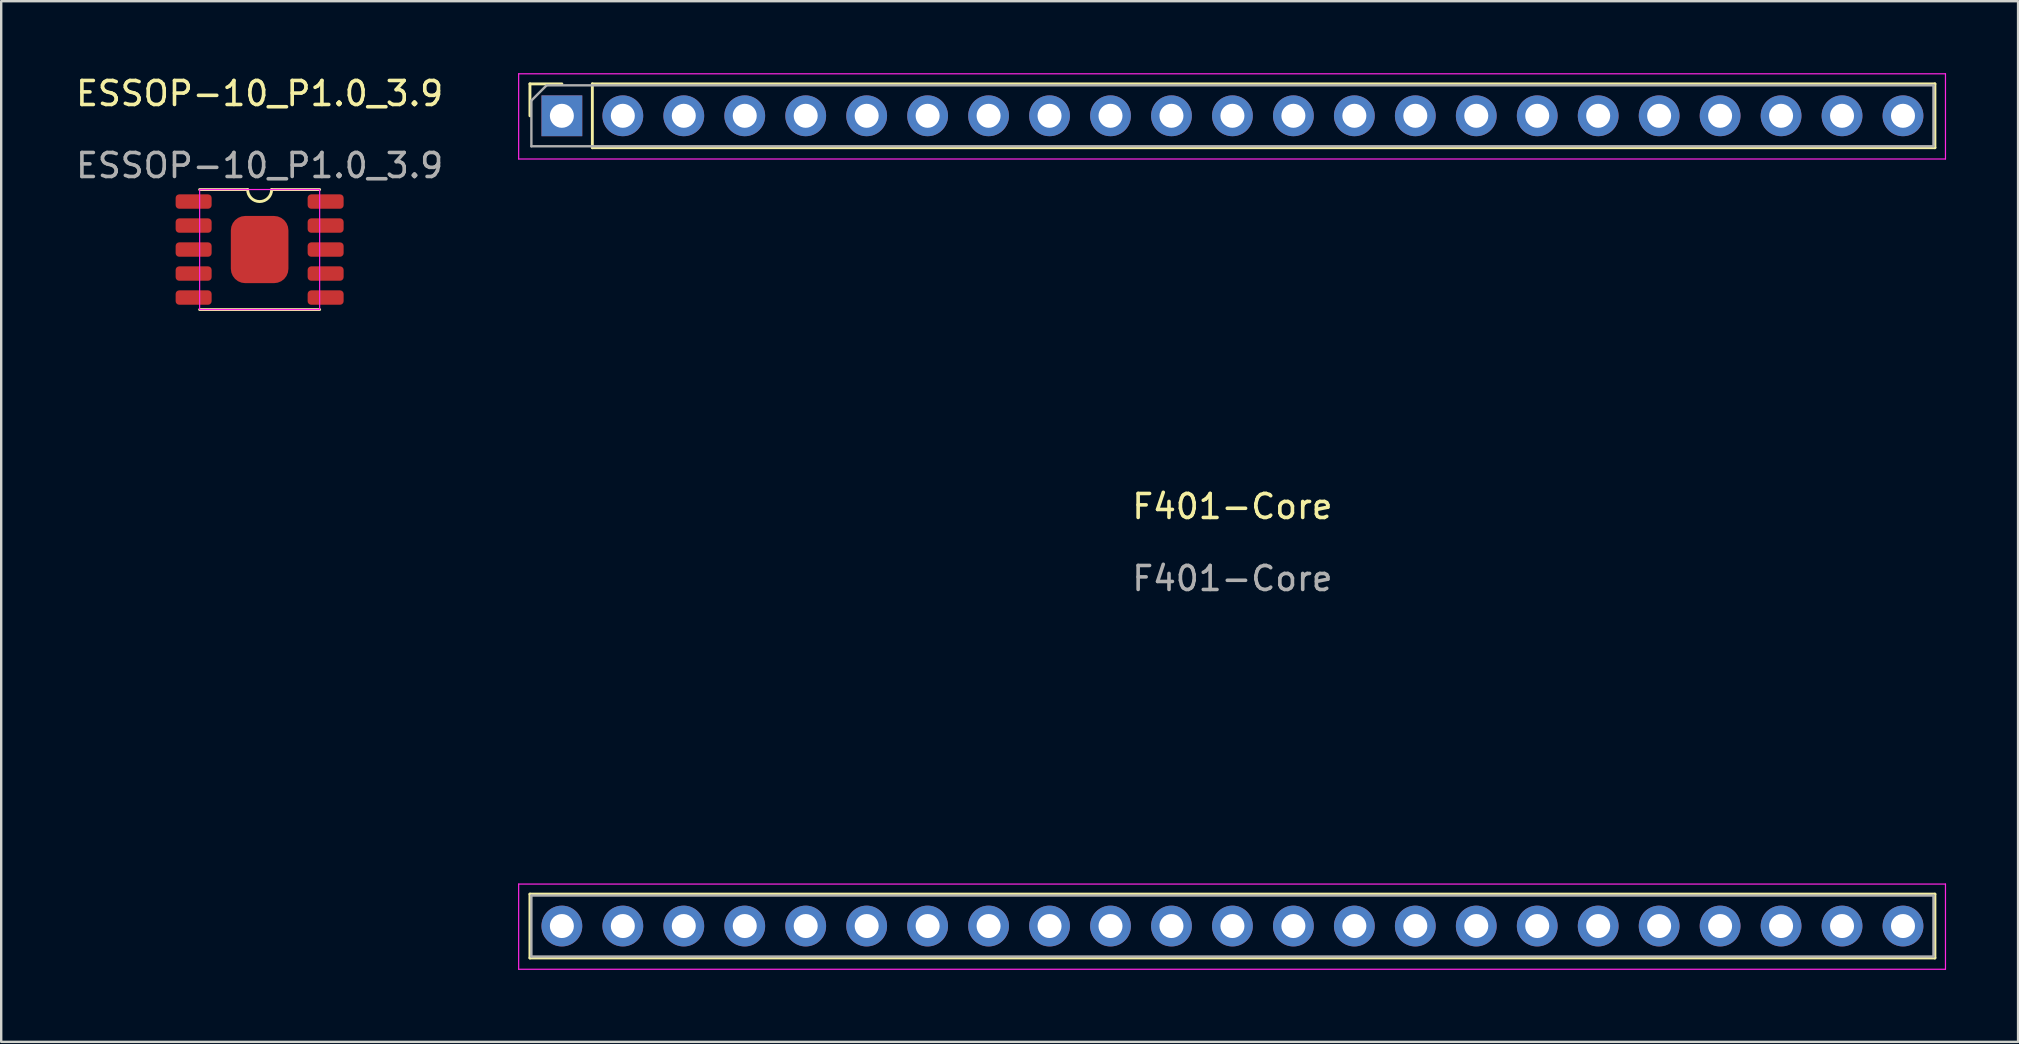
<source format=kicad_pcb>
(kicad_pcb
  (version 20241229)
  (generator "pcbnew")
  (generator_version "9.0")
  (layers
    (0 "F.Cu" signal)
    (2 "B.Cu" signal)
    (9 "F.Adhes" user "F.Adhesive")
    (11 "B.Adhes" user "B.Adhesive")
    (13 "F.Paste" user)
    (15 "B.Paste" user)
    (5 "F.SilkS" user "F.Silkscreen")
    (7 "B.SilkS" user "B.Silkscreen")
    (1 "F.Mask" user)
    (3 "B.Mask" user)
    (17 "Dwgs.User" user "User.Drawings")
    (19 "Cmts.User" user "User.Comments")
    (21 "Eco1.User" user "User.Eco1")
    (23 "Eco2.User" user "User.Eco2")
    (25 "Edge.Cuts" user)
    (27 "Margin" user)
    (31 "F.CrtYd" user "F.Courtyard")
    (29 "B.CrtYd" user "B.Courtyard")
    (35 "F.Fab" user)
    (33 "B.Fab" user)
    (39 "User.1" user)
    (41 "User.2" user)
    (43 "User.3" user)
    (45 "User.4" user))
  (footprint "F401-Core"
    (layer "F.Cu")
    (at 48.301 19.555)
    (property "Reference" "F401-Core" (at 0 -1.5 0) (unlocked yes) (layer "F.SilkS") (effects (font (size 1 1) (thickness 0.15))))
    (attr smd)
    (fp_line (start -29.27 -19.11) (end -27.94 -19.11) (stroke (width 0.12) (type solid)) (layer "F.SilkS"))
    (fp_line (start -29.27 -17.78) (end -29.27 -19.11) (stroke (width 0.12) (type solid)) (layer "F.SilkS"))
    (fp_line (start -29.27 14.65) (end 29.27 14.65) (stroke (width 0.12) (type solid)) (layer "F.SilkS"))
    (fp_line (start -29.27 17.31) (end -29.27 14.65) (stroke (width 0.12) (type solid)) (layer "F.SilkS"))
    (fp_line (start -29.27 17.31) (end 29.27 17.31) (stroke (width 0.12) (type solid)) (layer "F.SilkS"))
    (fp_line (start -26.67 -19.11) (end 29.27 -19.11) (stroke (width 0.12) (type solid)) (layer "F.SilkS"))
    (fp_line (start -26.67 -16.45) (end -26.67 -19.11) (stroke (width 0.12) (type solid)) (layer "F.SilkS"))
    (fp_line (start -26.67 -16.45) (end 29.27 -16.45) (stroke (width 0.12) (type solid)) (layer "F.SilkS"))
    (fp_line (start 29.27 -16.45) (end 29.27 -19.11) (stroke (width 0.12) (type solid)) (layer "F.SilkS"))
    (fp_line (start 29.27 17.31) (end 29.27 14.65) (stroke (width 0.12) (type solid)) (layer "F.SilkS"))
    (fp_line (start -29.74 -19.53) (end 29.71 -19.53) (stroke (width 0.05) (type solid)) (layer "F.CrtYd"))
    (fp_line (start -29.74 -15.98) (end -29.74 -19.53) (stroke (width 0.05) (type solid)) (layer "F.CrtYd"))
    (fp_line (start -29.74 14.23) (end 29.71 14.23) (stroke (width 0.05) (type solid)) (layer "F.CrtYd"))
    (fp_line (start -29.74 17.78) (end -29.74 14.23) (stroke (width 0.05) (type solid)) (layer "F.CrtYd"))
    (fp_line (start 29.71 -19.53) (end 29.71 -15.98) (stroke (width 0.05) (type solid)) (layer "F.CrtYd"))
    (fp_line (start 29.71 -15.98) (end -29.74 -15.98) (stroke (width 0.05) (type solid)) (layer "F.CrtYd"))
    (fp_line (start 29.71 14.23) (end 29.71 17.78) (stroke (width 0.05) (type solid)) (layer "F.CrtYd"))
    (fp_line (start 29.71 17.78) (end -29.74 17.78) (stroke (width 0.05) (type solid)) (layer "F.CrtYd"))
    (fp_line (start -29.21 -18.415) (end -28.575 -19.05) (stroke (width 0.1) (type solid)) (layer "F.Fab"))
    (fp_line (start -29.21 -16.51) (end -29.21 -18.415) (stroke (width 0.1) (type solid)) (layer "F.Fab"))
    (fp_line (start -29.21 14.71) (end 29.21 14.71) (stroke (width 0.1) (type solid)) (layer "F.Fab"))
    (fp_line (start -29.21 17.25) (end -29.21 14.71) (stroke (width 0.1) (type solid)) (layer "F.Fab"))
    (fp_line (start -28.575 -19.05) (end 29.21 -19.05) (stroke (width 0.1) (type solid)) (layer "F.Fab"))
    (fp_line (start 29.21 -19.05) (end 29.21 -16.51) (stroke (width 0.1) (type solid)) (layer "F.Fab"))
    (fp_line (start 29.21 -16.51) (end -29.21 -16.51) (stroke (width 0.1) (type solid)) (layer "F.Fab"))
    (fp_line (start 29.21 14.71) (end 29.21 17.25) (stroke (width 0.1) (type solid)) (layer "F.Fab"))
    (fp_line (start 29.21 17.25) (end -29.21 17.25) (stroke (width 0.1) (type solid)) (layer "F.Fab"))
    (fp_text user "${REFERENCE}" (at 0 1.5 0) (unlocked yes) (layer "F.Fab") (effects (font (size 1 1) (thickness 0.15))))
    (pad "1" thru_hole rect (at -27.94 -17.78 90) (size 1.7 1.7) (drill 1) (layers "*.Cu" "*.Mask"))
    (pad "2" thru_hole oval (at -25.4 -17.78 90) (size 1.7 1.7) (drill 1) (layers "*.Cu" "*.Mask"))
    (pad "3" thru_hole oval (at -22.86 -17.78 90) (size 1.7 1.7) (drill 1) (layers "*.Cu" "*.Mask"))
    (pad "4" thru_hole oval (at -20.32 -17.78 90) (size 1.7 1.7) (drill 1) (layers "*.Cu" "*.Mask"))
    (pad "5" thru_hole oval (at -17.78 -17.78 90) (size 1.7 1.7) (drill 1) (layers "*.Cu" "*.Mask"))
    (pad "6" thru_hole oval (at -15.24 -17.78 90) (size 1.7 1.7) (drill 1) (layers "*.Cu" "*.Mask"))
    (pad "7" thru_hole oval (at -12.7 -17.78 90) (size 1.7 1.7) (drill 1) (layers "*.Cu" "*.Mask"))
    (pad "8" thru_hole oval (at -10.16 -17.78 90) (size 1.7 1.7) (drill 1) (layers "*.Cu" "*.Mask"))
    (pad "9" thru_hole oval (at -7.62 -17.78 90) (size 1.7 1.7) (drill 1) (layers "*.Cu" "*.Mask"))
    (pad "10" thru_hole oval (at -5.08 -17.78 90) (size 1.7 1.7) (drill 1) (layers "*.Cu" "*.Mask"))
    (pad "11" thru_hole oval (at -2.54 -17.78 90) (size 1.7 1.7) (drill 1) (layers "*.Cu" "*.Mask"))
    (pad "12" thru_hole oval (at 0 -17.78 90) (size 1.7 1.7) (drill 1) (layers "*.Cu" "*.Mask"))
    (pad "13" thru_hole oval (at 2.54 -17.78 90) (size 1.7 1.7) (drill 1) (layers "*.Cu" "*.Mask"))
    (pad "14" thru_hole oval (at 5.08 -17.78 90) (size 1.7 1.7) (drill 1) (layers "*.Cu" "*.Mask"))
    (pad "15" thru_hole oval (at 7.62 -17.78 90) (size 1.7 1.7) (drill 1) (layers "*.Cu" "*.Mask"))
    (pad "16" thru_hole oval (at 10.16 -17.78 90) (size 1.7 1.7) (drill 1) (layers "*.Cu" "*.Mask"))
    (pad "17" thru_hole oval (at 12.7 -17.78 90) (size 1.7 1.7) (drill 1) (layers "*.Cu" "*.Mask"))
    (pad "18" thru_hole oval (at 15.24 -17.78 90) (size 1.7 1.7) (drill 1) (layers "*.Cu" "*.Mask"))
    (pad "19" thru_hole oval (at 17.78 -17.78 90) (size 1.7 1.7) (drill 1) (layers "*.Cu" "*.Mask"))
    (pad "20" thru_hole oval (at 20.32 -17.78 90) (size 1.7 1.7) (drill 1) (layers "*.Cu" "*.Mask"))
    (pad "21" thru_hole oval (at 22.86 -17.78 90) (size 1.7 1.7) (drill 1) (layers "*.Cu" "*.Mask"))
    (pad "22" thru_hole oval (at 25.4 -17.78 90) (size 1.7 1.7) (drill 1) (layers "*.Cu" "*.Mask"))
    (pad "23" thru_hole oval (at 27.94 -17.78 90) (size 1.7 1.7) (drill 1) (layers "*.Cu" "*.Mask"))
    (pad "24" thru_hole oval (at 27.94 15.98 90) (size 1.7 1.7) (drill 1) (layers "*.Cu" "*.Mask"))
    (pad "25" thru_hole oval (at 25.4 15.98 90) (size 1.7 1.7) (drill 1) (layers "*.Cu" "*.Mask"))
    (pad "26" thru_hole oval (at 22.86 15.98 90) (size 1.7 1.7) (drill 1) (layers "*.Cu" "*.Mask"))
    (pad "27" thru_hole oval (at 20.32 15.98 90) (size 1.7 1.7) (drill 1) (layers "*.Cu" "*.Mask"))
    (pad "28" thru_hole oval (at 17.78 15.98 90) (size 1.7 1.7) (drill 1) (layers "*.Cu" "*.Mask"))
    (pad "29" thru_hole oval (at 15.24 15.98 90) (size 1.7 1.7) (drill 1) (layers "*.Cu" "*.Mask"))
    (pad "30" thru_hole oval (at 12.7 15.98 90) (size 1.7 1.7) (drill 1) (layers "*.Cu" "*.Mask"))
    (pad "31" thru_hole oval (at 10.16 15.98 90) (size 1.7 1.7) (drill 1) (layers "*.Cu" "*.Mask"))
    (pad "32" thru_hole oval (at 7.62 15.98 90) (size 1.7 1.7) (drill 1) (layers "*.Cu" "*.Mask"))
    (pad "33" thru_hole oval (at 5.08 15.98 90) (size 1.7 1.7) (drill 1) (layers "*.Cu" "*.Mask"))
    (pad "34" thru_hole oval (at 2.54 15.98 90) (size 1.7 1.7) (drill 1) (layers "*.Cu" "*.Mask"))
    (pad "35" thru_hole oval (at 0 15.98 90) (size 1.7 1.7) (drill 1) (layers "*.Cu" "*.Mask"))
    (pad "36" thru_hole oval (at -2.54 15.98 90) (size 1.7 1.7) (drill 1) (layers "*.Cu" "*.Mask"))
    (pad "37" thru_hole oval (at -5.08 15.98 90) (size 1.7 1.7) (drill 1) (layers "*.Cu" "*.Mask"))
    (pad "38" thru_hole oval (at -7.62 15.98 90) (size 1.7 1.7) (drill 1) (layers "*.Cu" "*.Mask"))
    (pad "39" thru_hole oval (at -10.16 15.98 90) (size 1.7 1.7) (drill 1) (layers "*.Cu" "*.Mask"))
    (pad "40" thru_hole oval (at -12.7 15.98 90) (size 1.7 1.7) (drill 1) (layers "*.Cu" "*.Mask"))
    (pad "41" thru_hole oval (at -15.24 15.98 90) (size 1.7 1.7) (drill 1) (layers "*.Cu" "*.Mask"))
    (pad "42" thru_hole oval (at -17.78 15.98 90) (size 1.7 1.7) (drill 1) (layers "*.Cu" "*.Mask"))
    (pad "43" thru_hole oval (at -20.32 15.98 90) (size 1.7 1.7) (drill 1) (layers "*.Cu" "*.Mask"))
    (pad "44" thru_hole oval (at -22.86 15.98 90) (size 1.7 1.7) (drill 1) (layers "*.Cu" "*.Mask"))
    (pad "45" thru_hole oval (at -25.4 15.98 90) (size 1.7 1.7) (drill 1) (layers "*.Cu" "*.Mask"))
    (pad "46" thru_hole oval (at -27.94 15.98 90) (size 1.7 1.7) (drill 1) (layers "*.Cu" "*.Mask")))
  (footprint "ESSOP-10_P1.0_3.9"
    (layer "F.Cu")
    (at 7.768 7.348)
    (property "Reference" "ESSOP-10_P1.0_3.9" (at 0 -6.5 0) (unlocked yes) (layer "F.SilkS") (effects (font (size 1 1) (thickness 0.15))))
    (attr smd)
    (fp_line (start -2.5 -2.5) (end -0.5 -2.5) (stroke (width 0.12) (type solid)) (layer "F.SilkS"))
    (fp_line (start -2.5 2.5) (end 2.5 2.5) (stroke (width 0.12) (type solid)) (layer "F.SilkS"))
    (fp_line (start 0.5 -2.5) (end 2.5 -2.5) (stroke (width 0.12) (type solid)) (layer "F.SilkS"))
    (fp_arc (start 0.5 -2.5) (mid 0 -2) (end -0.5 -2.5) (stroke (width 0.12) (type solid)) (layer "F.SilkS"))
    (fp_rect (start -2.5 -2.5) (end 2.5 2.5) (stroke (width 0.05) (type solid)) (fill no) (layer "F.CrtYd"))
    (fp_text user "${REFERENCE}" (at 0 -3.5 0) (unlocked yes) (layer "F.Fab") (effects (font (size 1 1) (thickness 0.15))))
    (pad "1" smd roundrect (at -2.75 -2) (size 1.5 0.6) (layers "F.Cu" "F.Mask" "F.Paste") (roundrect_rratio 0.25))
    (pad "2" smd roundrect (at -2.75 -1) (size 1.5 0.6) (layers "F.Cu" "F.Mask" "F.Paste") (roundrect_rratio 0.25))
    (pad "3" smd roundrect (at -2.75 0) (size 1.5 0.6) (layers "F.Cu" "F.Mask" "F.Paste") (roundrect_rratio 0.25))
    (pad "4" smd roundrect (at -2.75 1) (size 1.5 0.6) (layers "F.Cu" "F.Mask" "F.Paste") (roundrect_rratio 0.25))
    (pad "5" smd roundrect (at -2.75 2) (size 1.5 0.6) (layers "F.Cu" "F.Mask" "F.Paste") (roundrect_rratio 0.25))
    (pad "6" smd roundrect (at 2.75 2) (size 1.5 0.6) (layers "F.Cu" "F.Mask" "F.Paste") (roundrect_rratio 0.25))
    (pad "7" smd roundrect (at 2.75 1) (size 1.5 0.6) (layers "F.Cu" "F.Mask" "F.Paste") (roundrect_rratio 0.25))
    (pad "8" smd roundrect (at 2.75 0) (size 1.5 0.6) (layers "F.Cu" "F.Mask" "F.Paste") (roundrect_rratio 0.25))
    (pad "9" smd roundrect (at 2.75 -1) (size 1.5 0.6) (layers "F.Cu" "F.Mask" "F.Paste") (roundrect_rratio 0.25))
    (pad "10" smd roundrect (at 2.75 -2) (size 1.5 0.6) (layers "F.Cu" "F.Mask" "F.Paste") (roundrect_rratio 0.25))
    (pad "11" smd roundrect (at 0 0) (size 2.4 2.8) (layers "F.Cu" "F.Mask" "F.Paste") (roundrect_rratio 0.25)))
  (gr_rect
    (start -3 -3)
    (end 81.036 40.36)
    (stroke (width 0.1) (type default))
    (fill no)
    (layer "Edge.Cuts")))
</source>
